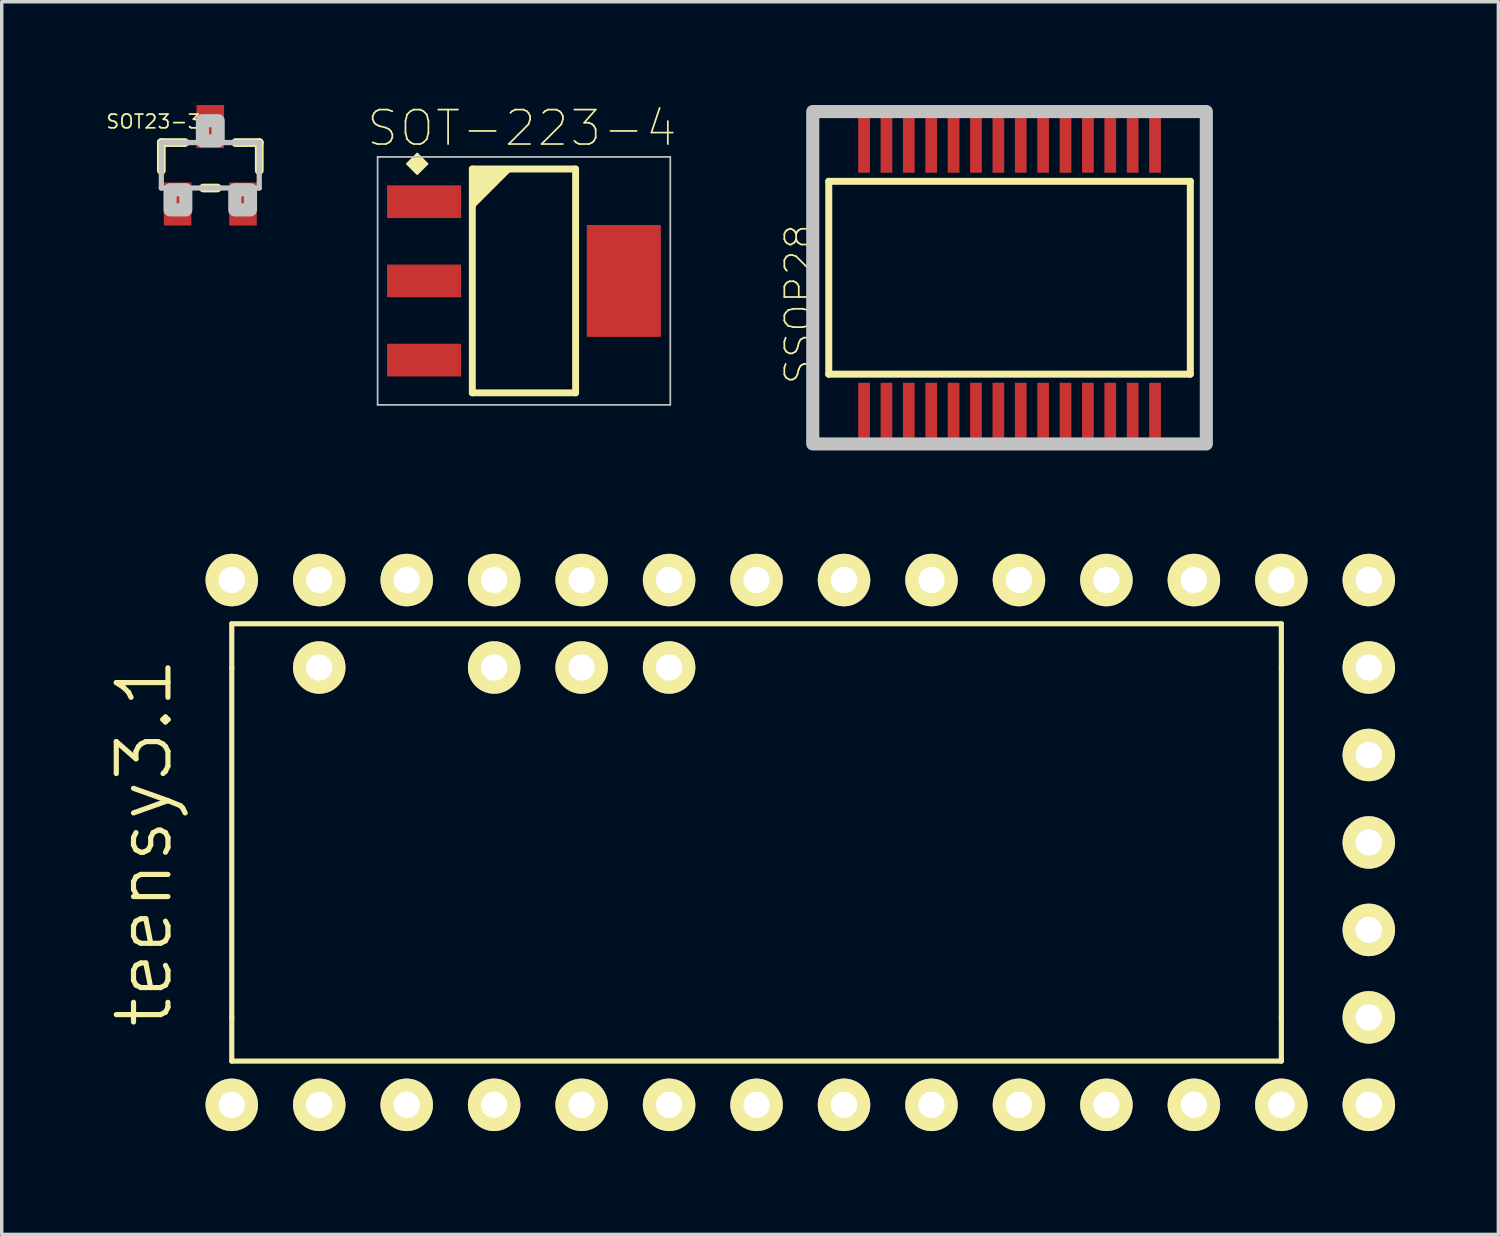
<source format=kicad_pcb>
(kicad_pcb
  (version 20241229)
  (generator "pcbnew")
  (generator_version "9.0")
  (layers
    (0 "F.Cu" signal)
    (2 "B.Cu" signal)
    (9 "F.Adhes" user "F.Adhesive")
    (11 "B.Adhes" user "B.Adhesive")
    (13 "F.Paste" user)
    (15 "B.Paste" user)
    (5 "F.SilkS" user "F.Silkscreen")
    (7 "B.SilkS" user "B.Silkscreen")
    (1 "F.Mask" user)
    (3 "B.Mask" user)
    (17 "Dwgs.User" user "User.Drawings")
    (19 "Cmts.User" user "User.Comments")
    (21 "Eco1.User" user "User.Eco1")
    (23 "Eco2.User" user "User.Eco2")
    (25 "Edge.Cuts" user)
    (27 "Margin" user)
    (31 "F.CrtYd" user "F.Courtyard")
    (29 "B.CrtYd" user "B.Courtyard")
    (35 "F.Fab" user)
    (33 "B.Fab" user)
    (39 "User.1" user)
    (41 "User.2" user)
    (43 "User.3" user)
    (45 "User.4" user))
  (footprint "SSOP28"
    (layer "F.Cu")
    (at 26.268 5.016)
    (property "Reference" "SSOP28" (at -6.108 0.768 90) (layer "F.SilkS") (effects (font (size 0.8 0.8) (thickness 0.05))))
    (attr smd)
    (fp_line (start -5.25 -2.8) (end 5.25 -2.8) (stroke (width 0.203) (type solid)) (layer "F.SilkS"))
    (fp_line (start -5.25 2.8) (end -5.25 -2.8) (stroke (width 0.203) (type solid)) (layer "F.SilkS"))
    (fp_line (start 5.25 -2.8) (end 5.25 2.8) (stroke (width 0.203) (type solid)) (layer "F.SilkS"))
    (fp_line (start 5.25 2.8) (end -5.25 2.8) (stroke (width 0.203) (type solid)) (layer "F.SilkS"))
    (fp_poly (pts (xy -5.715 -4.826) (xy 5.715 -4.826) (xy 5.715 4.826) (xy -5.715 4.826)) (stroke (width 0.381) (type solid)) (fill no) (layer "Dwgs.User"))
    (pad "1" smd rect (at -4.225 3.85) (size 0.34 1.6) (layers "F.Cu" "F.Mask" "F.Paste"))
    (pad "2" smd rect (at -3.575 3.85) (size 0.34 1.6) (layers "F.Cu" "F.Mask" "F.Paste"))
    (pad "3" smd rect (at -2.925 3.85) (size 0.34 1.6) (layers "F.Cu" "F.Mask" "F.Paste"))
    (pad "4" smd rect (at -2.275 3.85) (size 0.34 1.6) (layers "F.Cu" "F.Mask" "F.Paste"))
    (pad "5" smd rect (at -1.625 3.85) (size 0.34 1.6) (layers "F.Cu" "F.Mask" "F.Paste"))
    (pad "6" smd rect (at -0.975 3.85) (size 0.34 1.6) (layers "F.Cu" "F.Mask" "F.Paste"))
    (pad "7" smd rect (at -0.325 3.85) (size 0.34 1.6) (layers "F.Cu" "F.Mask" "F.Paste"))
    (pad "8" smd rect (at 0.325 3.85) (size 0.34 1.6) (layers "F.Cu" "F.Mask" "F.Paste"))
    (pad "9" smd rect (at 0.975 3.85) (size 0.34 1.6) (layers "F.Cu" "F.Mask" "F.Paste"))
    (pad "10" smd rect (at 1.625 3.85) (size 0.34 1.6) (layers "F.Cu" "F.Mask" "F.Paste"))
    (pad "11" smd rect (at 2.275 3.85) (size 0.34 1.6) (layers "F.Cu" "F.Mask" "F.Paste"))
    (pad "12" smd rect (at 2.925 3.85) (size 0.34 1.6) (layers "F.Cu" "F.Mask" "F.Paste"))
    (pad "13" smd rect (at 3.575 3.85) (size 0.34 1.6) (layers "F.Cu" "F.Mask" "F.Paste"))
    (pad "14" smd rect (at 4.225 3.85) (size 0.34 1.6) (layers "F.Cu" "F.Mask" "F.Paste"))
    (pad "15" smd rect (at 4.225 -3.85) (size 0.34 1.6) (layers "F.Cu" "F.Mask" "F.Paste"))
    (pad "16" smd rect (at 3.575 -3.85) (size 0.34 1.6) (layers "F.Cu" "F.Mask" "F.Paste"))
    (pad "17" smd rect (at 2.925 -3.85) (size 0.34 1.6) (layers "F.Cu" "F.Mask" "F.Paste"))
    (pad "18" smd rect (at 2.275 -3.85) (size 0.34 1.6) (layers "F.Cu" "F.Mask" "F.Paste"))
    (pad "19" smd rect (at 1.625 -3.85) (size 0.34 1.6) (layers "F.Cu" "F.Mask" "F.Paste"))
    (pad "20" smd rect (at 0.975 -3.85) (size 0.34 1.6) (layers "F.Cu" "F.Mask" "F.Paste"))
    (pad "21" smd rect (at 0.325 -3.85) (size 0.34 1.6) (layers "F.Cu" "F.Mask" "F.Paste"))
    (pad "22" smd rect (at -0.325 -3.85) (size 0.34 1.6) (layers "F.Cu" "F.Mask" "F.Paste"))
    (pad "23" smd rect (at -0.975 -3.85) (size 0.34 1.6) (layers "F.Cu" "F.Mask" "F.Paste"))
    (pad "24" smd rect (at -1.625 -3.85) (size 0.34 1.6) (layers "F.Cu" "F.Mask" "F.Paste"))
    (pad "25" smd rect (at -2.275 -3.85) (size 0.34 1.6) (layers "F.Cu" "F.Mask" "F.Paste"))
    (pad "26" smd rect (at -2.925 -3.85) (size 0.34 1.6) (layers "F.Cu" "F.Mask" "F.Paste"))
    (pad "27" smd rect (at -3.575 -3.85) (size 0.34 1.6) (layers "F.Cu" "F.Mask" "F.Paste"))
    (pad "28" smd rect (at -4.225 -3.85) (size 0.34 1.6) (layers "F.Cu" "F.Mask" "F.Paste")))
  (footprint "SOT23-3"
    (layer "F.Cu")
    (at 3.057 1.75)
    (property "Reference" "SOT23-3" (at -1.651 -1.27 0) (layer "F.SilkS") (effects (font (size 0.4 0.4) (thickness 0.05))))
    (attr smd)
    (fp_line (start -1.422 -0.66) (end -1.422 0.152) (stroke (width 0.254) (type solid)) (layer "F.SilkS"))
    (fp_line (start -0.737 -0.66) (end -1.422 -0.66) (stroke (width 0.254) (type solid)) (layer "F.SilkS"))
    (fp_line (start -0.203 0.66) (end 0.203 0.66) (stroke (width 0.254) (type solid)) (layer "F.SilkS"))
    (fp_line (start 0.737 -0.66) (end 1.422 -0.66) (stroke (width 0.254) (type solid)) (layer "F.SilkS"))
    (fp_line (start 1.422 -0.66) (end 1.422 0.152) (stroke (width 0.254) (type solid)) (layer "F.SilkS"))
    (fp_line (start -1.422 -0.66) (end 1.422 -0.66) (stroke (width 0.152) (type solid)) (layer "Dwgs.User"))
    (fp_line (start -1.422 0.66) (end -1.422 -0.66) (stroke (width 0.152) (type solid)) (layer "Dwgs.User"))
    (fp_line (start 1.422 -0.66) (end 1.422 0.66) (stroke (width 0.152) (type solid)) (layer "Dwgs.User"))
    (fp_line (start 1.422 0.66) (end -1.422 0.66) (stroke (width 0.152) (type solid)) (layer "Dwgs.User"))
    (fp_poly (pts (xy -1.168 0.711) (xy -0.711 0.711) (xy -0.711 1.295) (xy -1.168 1.295)) (stroke (width 0.381) (type solid)) (fill no) (layer "Dwgs.User"))
    (fp_poly (pts (xy -0.229 -1.295) (xy 0.229 -1.295) (xy 0.229 -0.711) (xy -0.229 -0.711)) (stroke (width 0.381) (type solid)) (fill no) (layer "Dwgs.User"))
    (fp_poly (pts (xy 0.711 0.711) (xy 1.168 0.711) (xy 1.168 1.295) (xy 0.711 1.295)) (stroke (width 0.381) (type solid)) (fill no) (layer "Dwgs.User"))
    (pad "1" smd rect (at -0.95 1.125) (size 0.8 1.25) (layers "F.Cu" "F.Mask" "F.Paste"))
    (pad "2" smd rect (at 0.95 1.125) (size 0.8 1.25) (layers "F.Cu" "F.Mask" "F.Paste"))
    (pad "3" smd rect (at 0 -1.125) (size 0.8 1.25) (layers "F.Cu" "F.Mask" "F.Paste")))
  (footprint "SOT-223-4"
    (layer "F.Cu")
    (at 12.166 5.108)
    (property "Reference" "SOT-223-4" (at -0.06 -4.435 0) (layer "F.SilkS") (effects (font (size 1 1) (thickness 0.05))))
    (attr smd)
    (fp_line (start -1.5 -3.25) (end 1.5 -3.25) (stroke (width 0.2) (type solid)) (layer "F.SilkS"))
    (fp_line (start -1.5 3.25) (end -1.5 -3.25) (stroke (width 0.2) (type solid)) (layer "F.SilkS"))
    (fp_line (start 1.5 -3.25) (end 1.5 3.25) (stroke (width 0.2) (type solid)) (layer "F.SilkS"))
    (fp_line (start 1.5 3.25) (end -1.5 3.25) (stroke (width 0.2) (type solid)) (layer "F.SilkS"))
    (fp_poly (pts (xy -1.5 -3.2) (xy -0.4 -3.2) (xy -1.5 -2.1)) (stroke (width 0.05) (type solid)) (fill yes) (layer "F.SilkS"))
    (fp_poly (pts (xy -3.4 -3.4) (xy -3.1 -3.7) (xy -2.8 -3.4) (xy -3.1 -3.1)) (stroke (width 0.05) (type solid)) (fill yes) (layer "F.SilkS"))
    (fp_line (start -4.25 -3.6) (end 4.25 -3.6) (stroke (width 0.05) (type solid)) (layer "Dwgs.User"))
    (fp_line (start -4.25 3.6) (end -4.25 -3.6) (stroke (width 0.05) (type solid)) (layer "Dwgs.User"))
    (fp_line (start 4.25 -3.6) (end 4.25 3.6) (stroke (width 0.05) (type solid)) (layer "Dwgs.User"))
    (fp_line (start 4.25 3.6) (end -4.25 3.6) (stroke (width 0.05) (type solid)) (layer "Dwgs.User"))
    (pad "1" smd rect (at -2.9 -2.3) (size 2.15 0.95) (layers "F.Cu" "F.Mask" "F.Paste"))
    (pad "2" smd rect (at -2.9 0) (size 2.15 0.95) (layers "F.Cu" "F.Mask" "F.Paste"))
    (pad "3" smd rect (at -2.9 2.3) (size 2.15 0.95) (layers "F.Cu" "F.Mask" "F.Paste"))
    (pad "4" smd rect (at 2.9 0) (size 2.15 3.25) (layers "F.Cu" "F.Mask" "F.Paste")))
  (footprint "teensy3.1"
    (layer "F.Cu")
    (at 6.221 29.035)
    (property "Reference" "teensy3.1" (at -5.08 -7.62 90) (layer "F.SilkS") (effects (font (size 1.5 1.5) (thickness 0.15))))
    (attr through_hole)
    (fp_line (start -2.54 -13.97) (end 27.94 -13.97) (stroke (width 0.15) (type solid)) (layer "F.SilkS"))
    (fp_line (start -2.54 -12.7) (end -2.54 -13.97) (stroke (width 0.15) (type solid)) (layer "F.SilkS"))
    (fp_line (start -2.54 -2.54) (end -2.54 -12.7) (stroke (width 0.15) (type solid)) (layer "F.SilkS"))
    (fp_line (start -2.54 -1.27) (end -2.54 -2.54) (stroke (width 0.15) (type solid)) (layer "F.SilkS"))
    (fp_line (start 27.94 -13.97) (end 27.94 -12.7) (stroke (width 0.15) (type solid)) (layer "F.SilkS"))
    (fp_line (start 27.94 -12.7) (end 27.94 -2.54) (stroke (width 0.15) (type solid)) (layer "F.SilkS"))
    (fp_line (start 27.94 -2.54) (end 27.94 -1.27) (stroke (width 0.15) (type solid)) (layer "F.SilkS"))
    (fp_line (start 27.94 -1.27) (end -2.54 -1.27) (stroke (width 0.15) (type solid)) (layer "F.SilkS"))
    (pad "0" thru_hole circle (at 0 0) (size 1.524 1.524) (drill 0.762) (layers "*.Cu" "*.Mask" "F.SilkS"))
    (pad "1" thru_hole circle (at 2.54 0) (size 1.524 1.524) (drill 0.762) (layers "*.Cu" "*.Mask" "F.SilkS"))
    (pad "2" thru_hole circle (at 5.08 0) (size 1.524 1.524) (drill 0.762) (layers "*.Cu" "*.Mask" "F.SilkS"))
    (pad "3" thru_hole circle (at 7.62 0) (size 1.524 1.524) (drill 0.762) (layers "*.Cu" "*.Mask" "F.SilkS"))
    (pad "4" thru_hole circle (at 10.16 0) (size 1.524 1.524) (drill 0.762) (layers "*.Cu" "*.Mask" "F.SilkS"))
    (pad "5" thru_hole circle (at 12.7 0) (size 1.524 1.524) (drill 0.762) (layers "*.Cu" "*.Mask" "F.SilkS"))
    (pad "6" thru_hole circle (at 15.24 0) (size 1.524 1.524) (drill 0.762) (layers "*.Cu" "*.Mask" "F.SilkS"))
    (pad "7" thru_hole circle (at 17.78 0) (size 1.524 1.524) (drill 0.762) (layers "*.Cu" "*.Mask" "F.SilkS"))
    (pad "8" thru_hole circle (at 20.32 0) (size 1.524 1.524) (drill 0.762) (layers "*.Cu" "*.Mask" "F.SilkS"))
    (pad "9" thru_hole circle (at 22.86 0) (size 1.524 1.524) (drill 0.762) (layers "*.Cu" "*.Mask" "F.SilkS"))
    (pad "10" thru_hole circle (at 25.4 0) (size 1.524 1.524) (drill 0.762) (layers "*.Cu" "*.Mask" "F.SilkS"))
    (pad "11" thru_hole circle (at 27.94 0) (size 1.524 1.524) (drill 0.762) (layers "*.Cu" "*.Mask" "F.SilkS"))
    (pad "12" thru_hole circle (at 30.48 0) (size 1.524 1.524) (drill 0.762) (layers "*.Cu" "*.Mask" "F.SilkS"))
    (pad "13" thru_hole circle (at 30.48 -15.24) (size 1.524 1.524) (drill 0.762) (layers "*.Cu" "*.Mask" "F.SilkS"))
    (pad "14" thru_hole circle (at 27.94 -15.24) (size 1.524 1.524) (drill 0.762) (layers "*.Cu" "*.Mask" "F.SilkS"))
    (pad "15" thru_hole circle (at 25.4 -15.24) (size 1.524 1.524) (drill 0.762) (layers "*.Cu" "*.Mask" "F.SilkS"))
    (pad "16" thru_hole circle (at 22.86 -15.24) (size 1.524 1.524) (drill 0.762) (layers "*.Cu" "*.Mask" "F.SilkS"))
    (pad "17" thru_hole circle (at 20.32 -15.24) (size 1.524 1.524) (drill 0.762) (layers "*.Cu" "*.Mask" "F.SilkS"))
    (pad "18" thru_hole circle (at 17.78 -15.24) (size 1.524 1.524) (drill 0.762) (layers "*.Cu" "*.Mask" "F.SilkS"))
    (pad "19" thru_hole circle (at 15.24 -15.24) (size 1.524 1.524) (drill 0.762) (layers "*.Cu" "*.Mask" "F.SilkS"))
    (pad "20" thru_hole circle (at 12.7 -15.24) (size 1.524 1.524) (drill 0.762) (layers "*.Cu" "*.Mask" "F.SilkS"))
    (pad "21" thru_hole circle (at 10.16 -15.24) (size 1.524 1.524) (drill 0.762) (layers "*.Cu" "*.Mask" "F.SilkS"))
    (pad "22" thru_hole circle (at 7.62 -15.24) (size 1.524 1.524) (drill 0.762) (layers "*.Cu" "*.Mask" "F.SilkS"))
    (pad "23" thru_hole circle (at 5.08 -15.24) (size 1.524 1.524) (drill 0.762) (layers "*.Cu" "*.Mask" "F.SilkS"))
    (pad "24" thru_hole circle (at 2.54 -15.24) (size 1.524 1.524) (drill 0.762) (layers "*.Cu" "*.Mask" "F.SilkS"))
    (pad "25" thru_hole circle (at 0 -15.24) (size 1.524 1.524) (drill 0.762) (layers "*.Cu" "*.Mask" "F.SilkS"))
    (pad "26" thru_hole circle (at -2.54 -15.24) (size 1.524 1.524) (drill 0.762) (layers "*.Cu" "*.Mask" "F.SilkS"))
    (pad "27" thru_hole circle (at -2.54 0) (size 1.524 1.524) (drill 0.762) (layers "*.Cu" "*.Mask" "F.SilkS"))
    (pad "28" thru_hole circle (at 30.48 -12.7) (size 1.524 1.524) (drill 0.762) (layers "*.Cu" "*.Mask" "F.SilkS"))
    (pad "29" thru_hole circle (at 30.48 -10.16) (size 1.524 1.524) (drill 0.762) (layers "*.Cu" "*.Mask" "F.SilkS"))
    (pad "30" thru_hole circle (at 30.48 -7.62) (size 1.524 1.524) (drill 0.762) (layers "*.Cu" "*.Mask" "F.SilkS"))
    (pad "31" thru_hole circle (at 30.48 -5.08) (size 1.524 1.524) (drill 0.762) (layers "*.Cu" "*.Mask" "F.SilkS"))
    (pad "32" thru_hole circle (at 30.48 -2.54) (size 1.524 1.524) (drill 0.762) (layers "*.Cu" "*.Mask" "F.SilkS"))
    (pad "33" thru_hole circle (at 0 -12.7) (size 1.524 1.524) (drill 0.762) (layers "*.Cu" "*.Mask" "F.SilkS"))
    (pad "34" thru_hole circle (at 5.08 -12.7) (size 1.524 1.524) (drill 0.762) (layers "*.Cu" "*.Mask" "F.SilkS"))
    (pad "35" thru_hole circle (at 7.62 -12.7) (size 1.524 1.524) (drill 0.762) (layers "*.Cu" "*.Mask" "F.SilkS"))
    (pad "36" thru_hole circle (at 10.16 -12.7) (size 1.524 1.524) (drill 0.762) (layers "*.Cu" "*.Mask" "F.SilkS")))
  (gr_rect
    (start -3 -3)
    (end 40.463 32.797)
    (stroke (width 0.1) (type default))
    (fill no)
    (layer "Edge.Cuts")))
</source>
